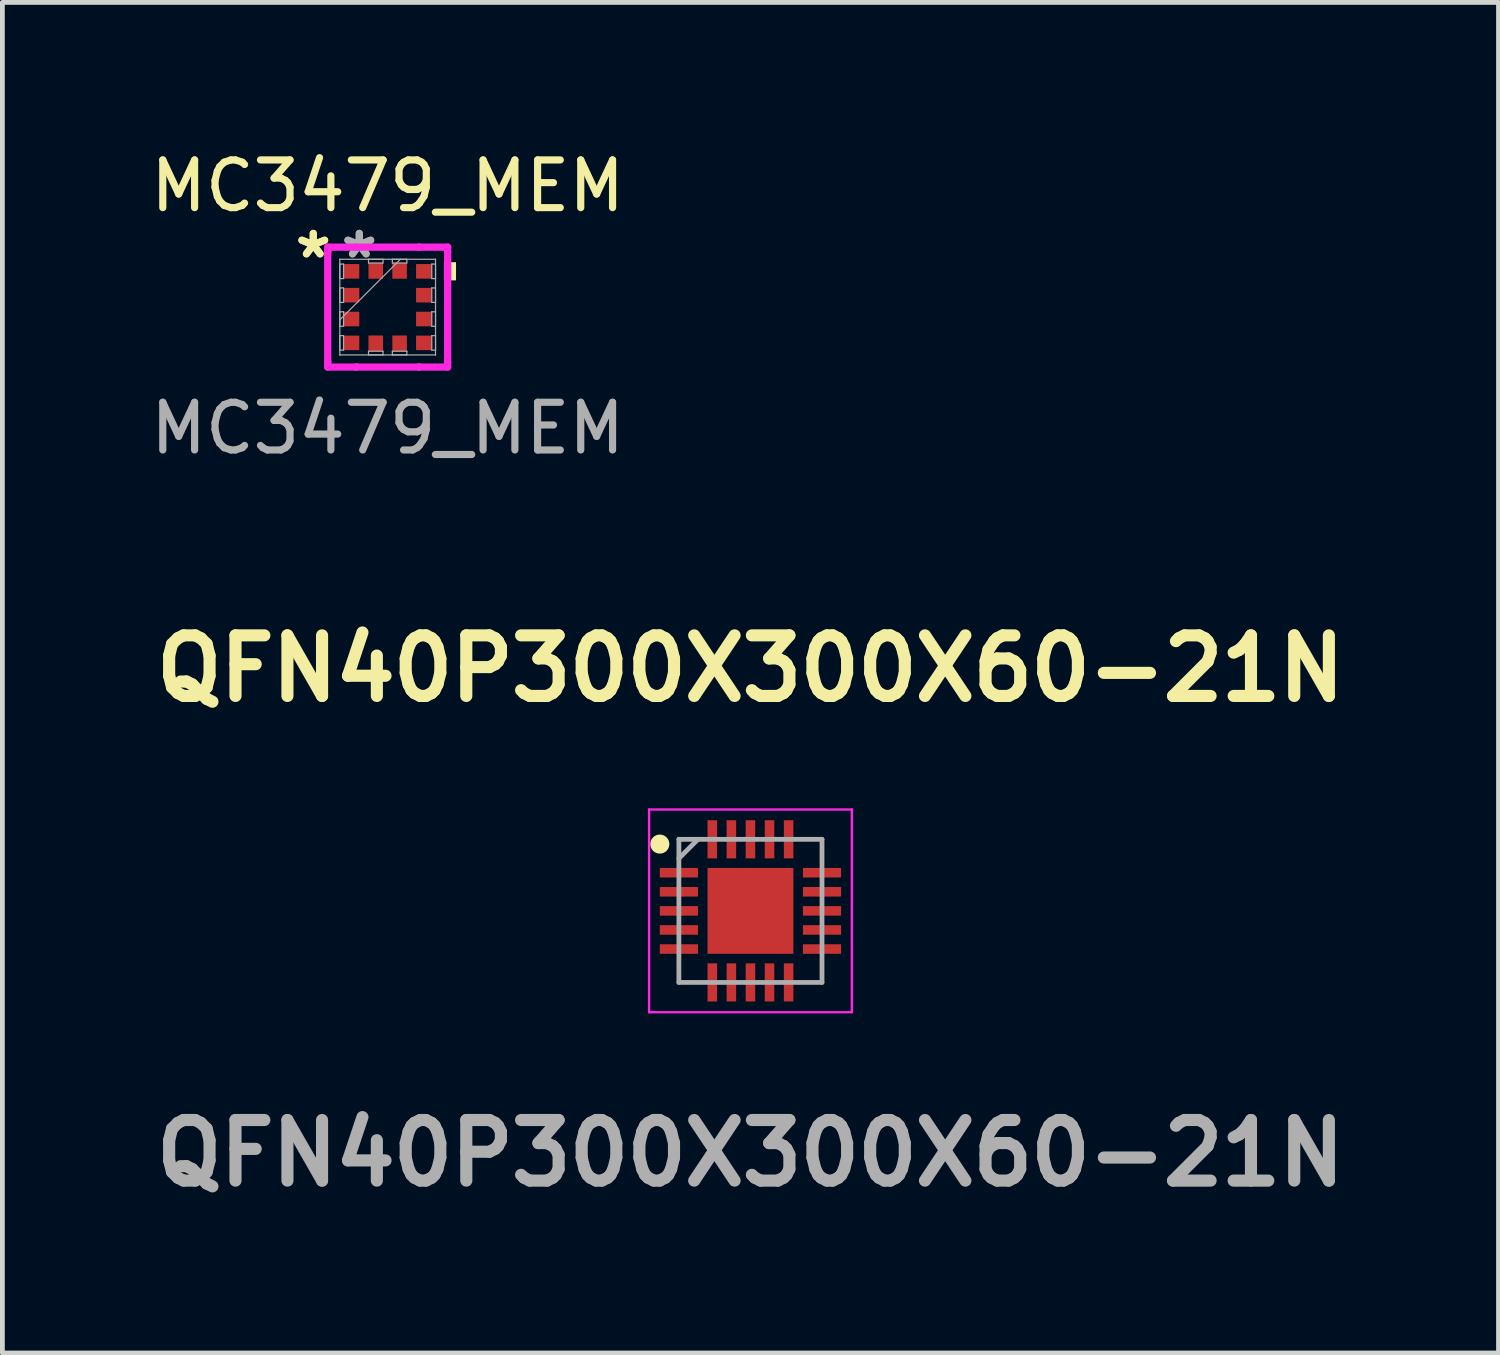
<source format=kicad_pcb>
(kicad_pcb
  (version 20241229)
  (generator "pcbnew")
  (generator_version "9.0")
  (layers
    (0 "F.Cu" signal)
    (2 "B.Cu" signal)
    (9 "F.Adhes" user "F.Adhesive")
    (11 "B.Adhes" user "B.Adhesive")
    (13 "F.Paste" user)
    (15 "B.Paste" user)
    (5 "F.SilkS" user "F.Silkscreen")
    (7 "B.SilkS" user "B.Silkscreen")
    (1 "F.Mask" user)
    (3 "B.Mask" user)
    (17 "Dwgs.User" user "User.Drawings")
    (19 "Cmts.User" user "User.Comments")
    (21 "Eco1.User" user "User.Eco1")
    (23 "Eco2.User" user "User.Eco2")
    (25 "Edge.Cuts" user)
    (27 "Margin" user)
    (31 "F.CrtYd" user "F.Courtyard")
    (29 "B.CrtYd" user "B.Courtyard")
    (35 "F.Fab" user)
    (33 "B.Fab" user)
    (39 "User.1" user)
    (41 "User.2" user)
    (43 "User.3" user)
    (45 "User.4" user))
  (footprint "MC3479_MEM"
    (layer "F.Cu")
    (at 5.077 3.388)
    (property "Reference" "MC3479_MEM" (at 0 -2.54 0) (unlocked yes) (layer "F.SilkS") (effects (font (size 1 1) (thickness 0.15))))
    (attr smd)
    (fp_poly (pts (xy 1.433 -0.941) (xy 1.433 -0.56) (xy 1.179 -0.56) (xy 1.179 -0.941)) (stroke (width 0) (type solid)) (fill yes) (layer "F.SilkS"))
    (fp_line (start -1.257 -1.257) (end -0.656 -1.257) (stroke (width 0.152) (type solid)) (layer "F.CrtYd"))
    (fp_line (start -1.257 -1.156) (end -1.257 -1.257) (stroke (width 0.152) (type solid)) (layer "F.CrtYd"))
    (fp_line (start -1.257 -1.156) (end -1.257 -1.156) (stroke (width 0.152) (type solid)) (layer "F.CrtYd"))
    (fp_line (start -1.257 1.156) (end -1.257 -1.156) (stroke (width 0.152) (type solid)) (layer "F.CrtYd"))
    (fp_line (start -1.257 1.156) (end -1.257 1.156) (stroke (width 0.152) (type solid)) (layer "F.CrtYd"))
    (fp_line (start -1.257 1.257) (end -1.257 1.156) (stroke (width 0.152) (type solid)) (layer "F.CrtYd"))
    (fp_line (start -0.656 -1.257) (end -0.656 -1.257) (stroke (width 0.152) (type solid)) (layer "F.CrtYd"))
    (fp_line (start -0.656 -1.257) (end 0.656 -1.257) (stroke (width 0.152) (type solid)) (layer "F.CrtYd"))
    (fp_line (start -0.656 1.257) (end -1.257 1.257) (stroke (width 0.152) (type solid)) (layer "F.CrtYd"))
    (fp_line (start -0.656 1.257) (end -0.656 1.257) (stroke (width 0.152) (type solid)) (layer "F.CrtYd"))
    (fp_line (start 0.656 -1.257) (end 0.656 -1.257) (stroke (width 0.152) (type solid)) (layer "F.CrtYd"))
    (fp_line (start 0.656 -1.257) (end 1.257 -1.257) (stroke (width 0.152) (type solid)) (layer "F.CrtYd"))
    (fp_line (start 0.656 1.257) (end -0.656 1.257) (stroke (width 0.152) (type solid)) (layer "F.CrtYd"))
    (fp_line (start 0.656 1.257) (end 0.656 1.257) (stroke (width 0.152) (type solid)) (layer "F.CrtYd"))
    (fp_line (start 1.257 -1.257) (end 1.257 -1.156) (stroke (width 0.152) (type solid)) (layer "F.CrtYd"))
    (fp_line (start 1.257 -1.156) (end 1.257 -1.156) (stroke (width 0.152) (type solid)) (layer "F.CrtYd"))
    (fp_line (start 1.257 -1.156) (end 1.257 1.156) (stroke (width 0.152) (type solid)) (layer "F.CrtYd"))
    (fp_line (start 1.257 1.156) (end 1.257 1.156) (stroke (width 0.152) (type solid)) (layer "F.CrtYd"))
    (fp_line (start 1.257 1.156) (end 1.257 1.257) (stroke (width 0.152) (type solid)) (layer "F.CrtYd"))
    (fp_line (start 1.257 1.257) (end 0.656 1.257) (stroke (width 0.152) (type solid)) (layer "F.CrtYd"))
    (fp_line (start -1.003 -1.003) (end -1.003 -1.003) (stroke (width 0.025) (type solid)) (layer "F.Fab"))
    (fp_line (start -1.003 -1.003) (end -1.003 1.003) (stroke (width 0.025) (type solid)) (layer "F.Fab"))
    (fp_line (start -1.003 -0.902) (end -0.925 -0.902) (stroke (width 0.025) (type solid)) (layer "F.Fab"))
    (fp_line (start -1.003 -0.598) (end -1.003 -0.902) (stroke (width 0.025) (type solid)) (layer "F.Fab"))
    (fp_line (start -1.003 -0.402) (end -0.925 -0.402) (stroke (width 0.025) (type solid)) (layer "F.Fab"))
    (fp_line (start -1.003 -0.098) (end -1.003 -0.402) (stroke (width 0.025) (type solid)) (layer "F.Fab"))
    (fp_line (start -1.003 0.098) (end -0.925 0.098) (stroke (width 0.025) (type solid)) (layer "F.Fab"))
    (fp_line (start -1.003 0.267) (end 0.267 -1.003) (stroke (width 0.025) (type solid)) (layer "F.Fab"))
    (fp_line (start -1.003 0.402) (end -1.003 0.098) (stroke (width 0.025) (type solid)) (layer "F.Fab"))
    (fp_line (start -1.003 0.598) (end -0.925 0.598) (stroke (width 0.025) (type solid)) (layer "F.Fab"))
    (fp_line (start -1.003 0.902) (end -1.003 0.598) (stroke (width 0.025) (type solid)) (layer "F.Fab"))
    (fp_line (start -1.003 1.003) (end -1.003 1.003) (stroke (width 0.025) (type solid)) (layer "F.Fab"))
    (fp_line (start -1.003 1.003) (end 1.003 1.003) (stroke (width 0.025) (type solid)) (layer "F.Fab"))
    (fp_line (start -0.925 -0.902) (end -0.925 -0.598) (stroke (width 0.025) (type solid)) (layer "F.Fab"))
    (fp_line (start -0.925 -0.598) (end -1.003 -0.598) (stroke (width 0.025) (type solid)) (layer "F.Fab"))
    (fp_line (start -0.925 -0.402) (end -0.925 -0.098) (stroke (width 0.025) (type solid)) (layer "F.Fab"))
    (fp_line (start -0.925 -0.098) (end -1.003 -0.098) (stroke (width 0.025) (type solid)) (layer "F.Fab"))
    (fp_line (start -0.925 0.098) (end -0.925 0.402) (stroke (width 0.025) (type solid)) (layer "F.Fab"))
    (fp_line (start -0.925 0.402) (end -1.003 0.402) (stroke (width 0.025) (type solid)) (layer "F.Fab"))
    (fp_line (start -0.925 0.598) (end -0.925 0.902) (stroke (width 0.025) (type solid)) (layer "F.Fab"))
    (fp_line (start -0.925 0.902) (end -1.003 0.902) (stroke (width 0.025) (type solid)) (layer "F.Fab"))
    (fp_line (start -0.402 -1.003) (end -0.098 -1.003) (stroke (width 0.025) (type solid)) (layer "F.Fab"))
    (fp_line (start -0.402 -0.925) (end -0.402 -1.003) (stroke (width 0.025) (type solid)) (layer "F.Fab"))
    (fp_line (start -0.402 0.925) (end -0.098 0.925) (stroke (width 0.025) (type solid)) (layer "F.Fab"))
    (fp_line (start -0.402 1.003) (end -0.402 0.925) (stroke (width 0.025) (type solid)) (layer "F.Fab"))
    (fp_line (start -0.098 -1.003) (end -0.098 -0.925) (stroke (width 0.025) (type solid)) (layer "F.Fab"))
    (fp_line (start -0.098 -0.925) (end -0.402 -0.925) (stroke (width 0.025) (type solid)) (layer "F.Fab"))
    (fp_line (start -0.098 0.925) (end -0.098 1.003) (stroke (width 0.025) (type solid)) (layer "F.Fab"))
    (fp_line (start -0.098 1.003) (end -0.402 1.003) (stroke (width 0.025) (type solid)) (layer "F.Fab"))
    (fp_line (start 0.098 -1.003) (end 0.402 -1.003) (stroke (width 0.025) (type solid)) (layer "F.Fab"))
    (fp_line (start 0.098 -0.925) (end 0.098 -1.003) (stroke (width 0.025) (type solid)) (layer "F.Fab"))
    (fp_line (start 0.098 0.925) (end 0.402 0.925) (stroke (width 0.025) (type solid)) (layer "F.Fab"))
    (fp_line (start 0.098 1.003) (end 0.098 0.925) (stroke (width 0.025) (type solid)) (layer "F.Fab"))
    (fp_line (start 0.402 -1.003) (end 0.402 -0.925) (stroke (width 0.025) (type solid)) (layer "F.Fab"))
    (fp_line (start 0.402 -0.925) (end 0.098 -0.925) (stroke (width 0.025) (type solid)) (layer "F.Fab"))
    (fp_line (start 0.402 0.925) (end 0.402 1.003) (stroke (width 0.025) (type solid)) (layer "F.Fab"))
    (fp_line (start 0.402 1.003) (end 0.098 1.003) (stroke (width 0.025) (type solid)) (layer "F.Fab"))
    (fp_line (start 0.925 -0.902) (end 1.003 -0.902) (stroke (width 0.025) (type solid)) (layer "F.Fab"))
    (fp_line (start 0.925 -0.598) (end 0.925 -0.902) (stroke (width 0.025) (type solid)) (layer "F.Fab"))
    (fp_line (start 0.925 -0.402) (end 1.003 -0.402) (stroke (width 0.025) (type solid)) (layer "F.Fab"))
    (fp_line (start 0.925 -0.098) (end 0.925 -0.402) (stroke (width 0.025) (type solid)) (layer "F.Fab"))
    (fp_line (start 0.925 0.098) (end 1.003 0.098) (stroke (width 0.025) (type solid)) (layer "F.Fab"))
    (fp_line (start 0.925 0.402) (end 0.925 0.098) (stroke (width 0.025) (type solid)) (layer "F.Fab"))
    (fp_line (start 0.925 0.598) (end 1.003 0.598) (stroke (width 0.025) (type solid)) (layer "F.Fab"))
    (fp_line (start 0.925 0.902) (end 0.925 0.598) (stroke (width 0.025) (type solid)) (layer "F.Fab"))
    (fp_line (start 1.003 -1.003) (end -1.003 -1.003) (stroke (width 0.025) (type solid)) (layer "F.Fab"))
    (fp_line (start 1.003 -1.003) (end 1.003 -1.003) (stroke (width 0.025) (type solid)) (layer "F.Fab"))
    (fp_line (start 1.003 -0.902) (end 1.003 -0.598) (stroke (width 0.025) (type solid)) (layer "F.Fab"))
    (fp_line (start 1.003 -0.598) (end 0.925 -0.598) (stroke (width 0.025) (type solid)) (layer "F.Fab"))
    (fp_line (start 1.003 -0.402) (end 1.003 -0.098) (stroke (width 0.025) (type solid)) (layer "F.Fab"))
    (fp_line (start 1.003 -0.098) (end 0.925 -0.098) (stroke (width 0.025) (type solid)) (layer "F.Fab"))
    (fp_line (start 1.003 0.098) (end 1.003 0.402) (stroke (width 0.025) (type solid)) (layer "F.Fab"))
    (fp_line (start 1.003 0.402) (end 0.925 0.402) (stroke (width 0.025) (type solid)) (layer "F.Fab"))
    (fp_line (start 1.003 0.598) (end 1.003 0.902) (stroke (width 0.025) (type solid)) (layer "F.Fab"))
    (fp_line (start 1.003 0.902) (end 0.925 0.902) (stroke (width 0.025) (type solid)) (layer "F.Fab"))
    (fp_line (start 1.003 1.003) (end 1.003 -1.003) (stroke (width 0.025) (type solid)) (layer "F.Fab"))
    (fp_line (start 1.003 1.003) (end 1.003 1.003) (stroke (width 0.025) (type solid)) (layer "F.Fab"))
    (fp_text user "*" (at -1.56 -1 0) (unlocked yes) (layer "F.SilkS") (effects (font (size 1 1) (thickness 0.15))))
    (fp_text user "*" (at -1.56 -1 0) (layer "F.SilkS") (effects (font (size 1 1) (thickness 0.15))))
    (fp_text user "${REFERENCE}" (at 0 2.54 0) (unlocked yes) (layer "F.Fab") (effects (font (size 1 1) (thickness 0.15))))
    (fp_text user "*" (at -0.595 -1 0) (unlocked yes) (layer "F.Fab") (effects (font (size 1 1) (thickness 0.15))))
    (fp_text user "*" (at -0.595 -1 0) (layer "F.Fab") (effects (font (size 1 1) (thickness 0.15))))
    (pad "1" smd rect (at -0.76 -0.75 90) (size 0.305 0.33) (layers "F.Cu" "F.Mask" "F.Paste"))
    (pad "2" smd rect (at -0.76 -0.25 90) (size 0.305 0.33) (layers "F.Cu" "F.Mask" "F.Paste"))
    (pad "3" smd rect (at -0.76 0.25 90) (size 0.305 0.33) (layers "F.Cu" "F.Mask" "F.Paste"))
    (pad "4" smd rect (at -0.76 0.75 90) (size 0.305 0.33) (layers "F.Cu" "F.Mask" "F.Paste"))
    (pad "5" smd rect (at -0.25 0.76) (size 0.305 0.33) (layers "F.Cu" "F.Mask" "F.Paste"))
    (pad "6" smd rect (at 0.25 0.76) (size 0.305 0.33) (layers "F.Cu" "F.Mask" "F.Paste"))
    (pad "7" smd rect (at 0.76 0.75 90) (size 0.305 0.33) (layers "F.Cu" "F.Mask" "F.Paste"))
    (pad "8" smd rect (at 0.76 0.25 90) (size 0.305 0.33) (layers "F.Cu" "F.Mask" "F.Paste"))
    (pad "9" smd rect (at 0.76 -0.25 90) (size 0.305 0.33) (layers "F.Cu" "F.Mask" "F.Paste"))
    (pad "10" smd rect (at 0.76 -0.75 90) (size 0.305 0.33) (layers "F.Cu" "F.Mask" "F.Paste"))
    (pad "11" smd rect (at 0.25 -0.76) (size 0.305 0.33) (layers "F.Cu" "F.Mask" "F.Paste"))
    (pad "12" smd rect (at -0.25 -0.76) (size 0.305 0.33) (layers "F.Cu" "F.Mask" "F.Paste")))
  (footprint "QFN40P300X300X60-21N"
    (layer "F.Cu")
    (at 12.682 16.045)
    (property "Reference" "QFN40P300X300X60-21N" (at 0 -5.08 0) (layer "F.SilkS") (effects (font (size 1.27 1.27) (thickness 0.254))))
    (attr smd)
    (fp_circle (center -1.9 -1.4) (end -1.9 -1.3) (stroke (width 0.2) (type solid)) (fill no) (layer "F.SilkS"))
    (fp_line (start -2.125 -2.125) (end 2.125 -2.125) (stroke (width 0.05) (type solid)) (layer "F.CrtYd"))
    (fp_line (start -2.125 2.125) (end -2.125 -2.125) (stroke (width 0.05) (type solid)) (layer "F.CrtYd"))
    (fp_line (start 2.125 -2.125) (end 2.125 2.125) (stroke (width 0.05) (type solid)) (layer "F.CrtYd"))
    (fp_line (start 2.125 2.125) (end -2.125 2.125) (stroke (width 0.05) (type solid)) (layer "F.CrtYd"))
    (fp_line (start -1.5 -1.5) (end 1.5 -1.5) (stroke (width 0.1) (type solid)) (layer "F.Fab"))
    (fp_line (start -1.5 -1.1) (end -1.1 -1.5) (stroke (width 0.1) (type solid)) (layer "F.Fab"))
    (fp_line (start -1.5 1.5) (end -1.5 -1.5) (stroke (width 0.1) (type solid)) (layer "F.Fab"))
    (fp_line (start 1.5 -1.5) (end 1.5 1.5) (stroke (width 0.1) (type solid)) (layer "F.Fab"))
    (fp_line (start 1.5 1.5) (end -1.5 1.5) (stroke (width 0.1) (type solid)) (layer "F.Fab"))
    (fp_text user "${REFERENCE}" (at 0 5.08 0) (layer "F.Fab") (effects (font (size 1.27 1.27) (thickness 0.254))))
    (pad "1" smd rect (at -1.5 -0.8 90) (size 0.2 0.8) (layers "F.Cu" "F.Mask" "F.Paste"))
    (pad "2" smd rect (at -1.5 -0.4 90) (size 0.2 0.8) (layers "F.Cu" "F.Mask" "F.Paste"))
    (pad "3" smd rect (at -1.5 0 90) (size 0.2 0.8) (layers "F.Cu" "F.Mask" "F.Paste"))
    (pad "4" smd rect (at -1.5 0.4 90) (size 0.2 0.8) (layers "F.Cu" "F.Mask" "F.Paste"))
    (pad "5" smd rect (at -1.5 0.8 90) (size 0.2 0.8) (layers "F.Cu" "F.Mask" "F.Paste"))
    (pad "6" smd rect (at -0.8 1.5) (size 0.2 0.8) (layers "F.Cu" "F.Mask" "F.Paste"))
    (pad "7" smd rect (at -0.4 1.5) (size 0.2 0.8) (layers "F.Cu" "F.Mask" "F.Paste"))
    (pad "8" smd rect (at 0 1.5) (size 0.2 0.8) (layers "F.Cu" "F.Mask" "F.Paste"))
    (pad "9" smd rect (at 0.4 1.5) (size 0.2 0.8) (layers "F.Cu" "F.Mask" "F.Paste"))
    (pad "10" smd rect (at 0.8 1.5) (size 0.2 0.8) (layers "F.Cu" "F.Mask" "F.Paste"))
    (pad "11" smd rect (at 1.5 0.8 90) (size 0.2 0.8) (layers "F.Cu" "F.Mask" "F.Paste"))
    (pad "12" smd rect (at 1.5 0.4 90) (size 0.2 0.8) (layers "F.Cu" "F.Mask" "F.Paste"))
    (pad "13" smd rect (at 1.5 0 90) (size 0.2 0.8) (layers "F.Cu" "F.Mask" "F.Paste"))
    (pad "14" smd rect (at 1.5 -0.4 90) (size 0.2 0.8) (layers "F.Cu" "F.Mask" "F.Paste"))
    (pad "15" smd rect (at 1.5 -0.8 90) (size 0.2 0.8) (layers "F.Cu" "F.Mask" "F.Paste"))
    (pad "16" smd rect (at 0.8 -1.5) (size 0.2 0.8) (layers "F.Cu" "F.Mask" "F.Paste"))
    (pad "17" smd rect (at 0.4 -1.5) (size 0.2 0.8) (layers "F.Cu" "F.Mask" "F.Paste"))
    (pad "18" smd rect (at 0 -1.5) (size 0.2 0.8) (layers "F.Cu" "F.Mask" "F.Paste"))
    (pad "19" smd rect (at -0.4 -1.5) (size 0.2 0.8) (layers "F.Cu" "F.Mask" "F.Paste"))
    (pad "20" smd rect (at -0.8 -1.5) (size 0.2 0.8) (layers "F.Cu" "F.Mask" "F.Paste"))
    (pad "21" smd rect (at 0 0) (size 1.8 1.8) (layers "F.Cu" "F.Mask" "F.Paste")))
  (gr_rect
    (start -3 -3)
    (end 28.364 25.314)
    (stroke (width 0.1) (type default))
    (fill no)
    (layer "Edge.Cuts")))
</source>
